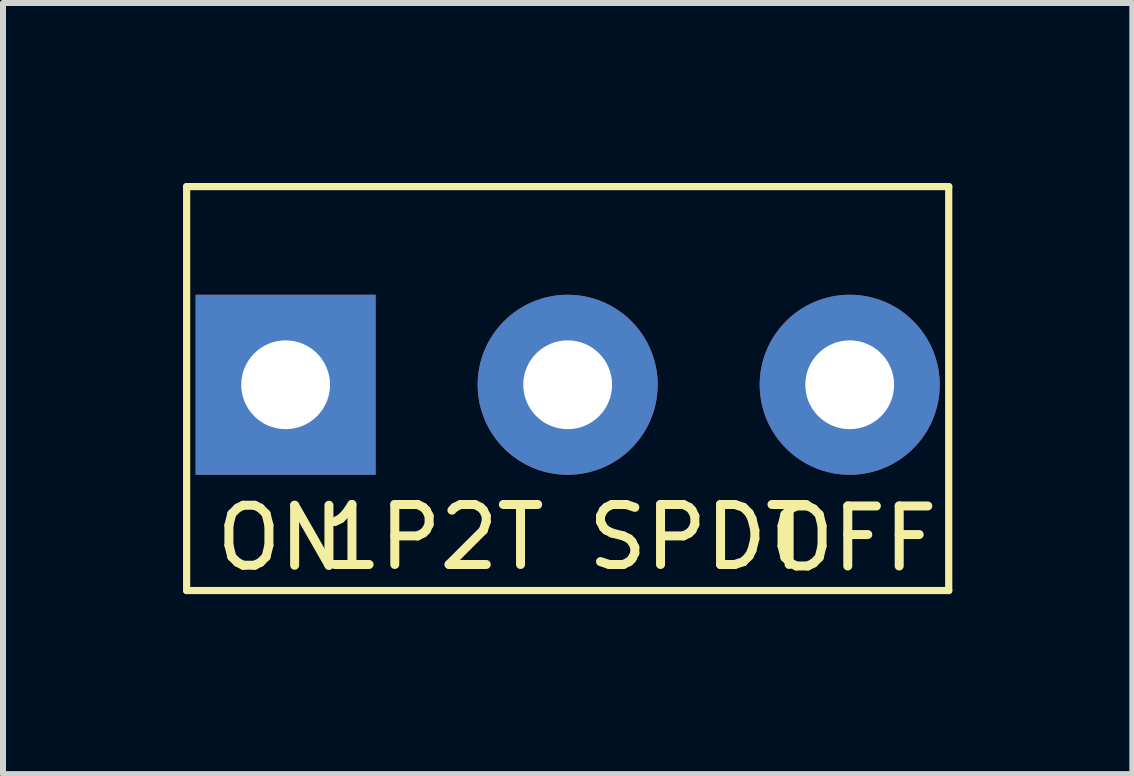
<source format=kicad_pcb>
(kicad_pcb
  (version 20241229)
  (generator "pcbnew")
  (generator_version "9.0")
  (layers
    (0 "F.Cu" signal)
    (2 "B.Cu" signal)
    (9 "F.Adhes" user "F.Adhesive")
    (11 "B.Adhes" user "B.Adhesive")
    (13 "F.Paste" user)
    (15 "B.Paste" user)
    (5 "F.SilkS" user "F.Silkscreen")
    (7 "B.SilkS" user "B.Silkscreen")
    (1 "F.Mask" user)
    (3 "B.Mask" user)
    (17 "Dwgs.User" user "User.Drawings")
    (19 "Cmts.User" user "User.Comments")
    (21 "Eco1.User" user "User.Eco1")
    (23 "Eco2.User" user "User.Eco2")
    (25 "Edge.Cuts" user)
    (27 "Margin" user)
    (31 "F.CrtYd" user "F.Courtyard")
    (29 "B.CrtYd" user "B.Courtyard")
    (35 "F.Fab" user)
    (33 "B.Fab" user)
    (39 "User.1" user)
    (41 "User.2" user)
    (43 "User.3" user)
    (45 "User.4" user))
  (footprint "1P2T SPDT"
    (layer "F.Cu")
    (at 6.41 3.362)
    (property "Reference" "1P2T SPDT" (at 0 2.54 0) (layer "F.SilkS") (effects (font (size 1 1) (thickness 0.15))))
    (attr through_hole)
    (fp_line (start -6.35 -3.302) (end 6.35 -3.302) (stroke (width 0.12) (type solid)) (layer "F.SilkS"))
    (fp_line (start -6.35 3.429) (end -6.35 -3.302) (stroke (width 0.12) (type solid)) (layer "F.SilkS"))
    (fp_line (start 6.35 -3.302) (end 6.35 3.429) (stroke (width 0.12) (type solid)) (layer "F.SilkS"))
    (fp_line (start 6.35 3.429) (end -6.35 3.429) (stroke (width 0.12) (type solid)) (layer "F.SilkS"))
    (fp_text user "OFF" (at 4.763 2.565 0) (layer "F.SilkS") (effects (font (size 1 1) (thickness 0.15))))
    (fp_text user "ON" (at -4.788 2.553 0) (layer "F.SilkS") (effects (font (size 1 1) (thickness 0.15))))
    (pad "1" thru_hole rect (at -4.7 0) (size 3 3) (drill 1.48) (layers "*.Cu" "*.Mask"))
    (pad "2" thru_hole circle (at 0 0) (size 3 3) (drill 1.48) (layers "*.Cu" "*.Mask"))
    (pad "3" thru_hole circle (at 4.7 0) (size 3 3) (drill 1.48) (layers "*.Cu" "*.Mask")))
  (gr_rect
    (start -3 -3)
    (end 15.82 9.851)
    (stroke (width 0.1) (type default))
    (fill no)
    (layer "Edge.Cuts")))
</source>
